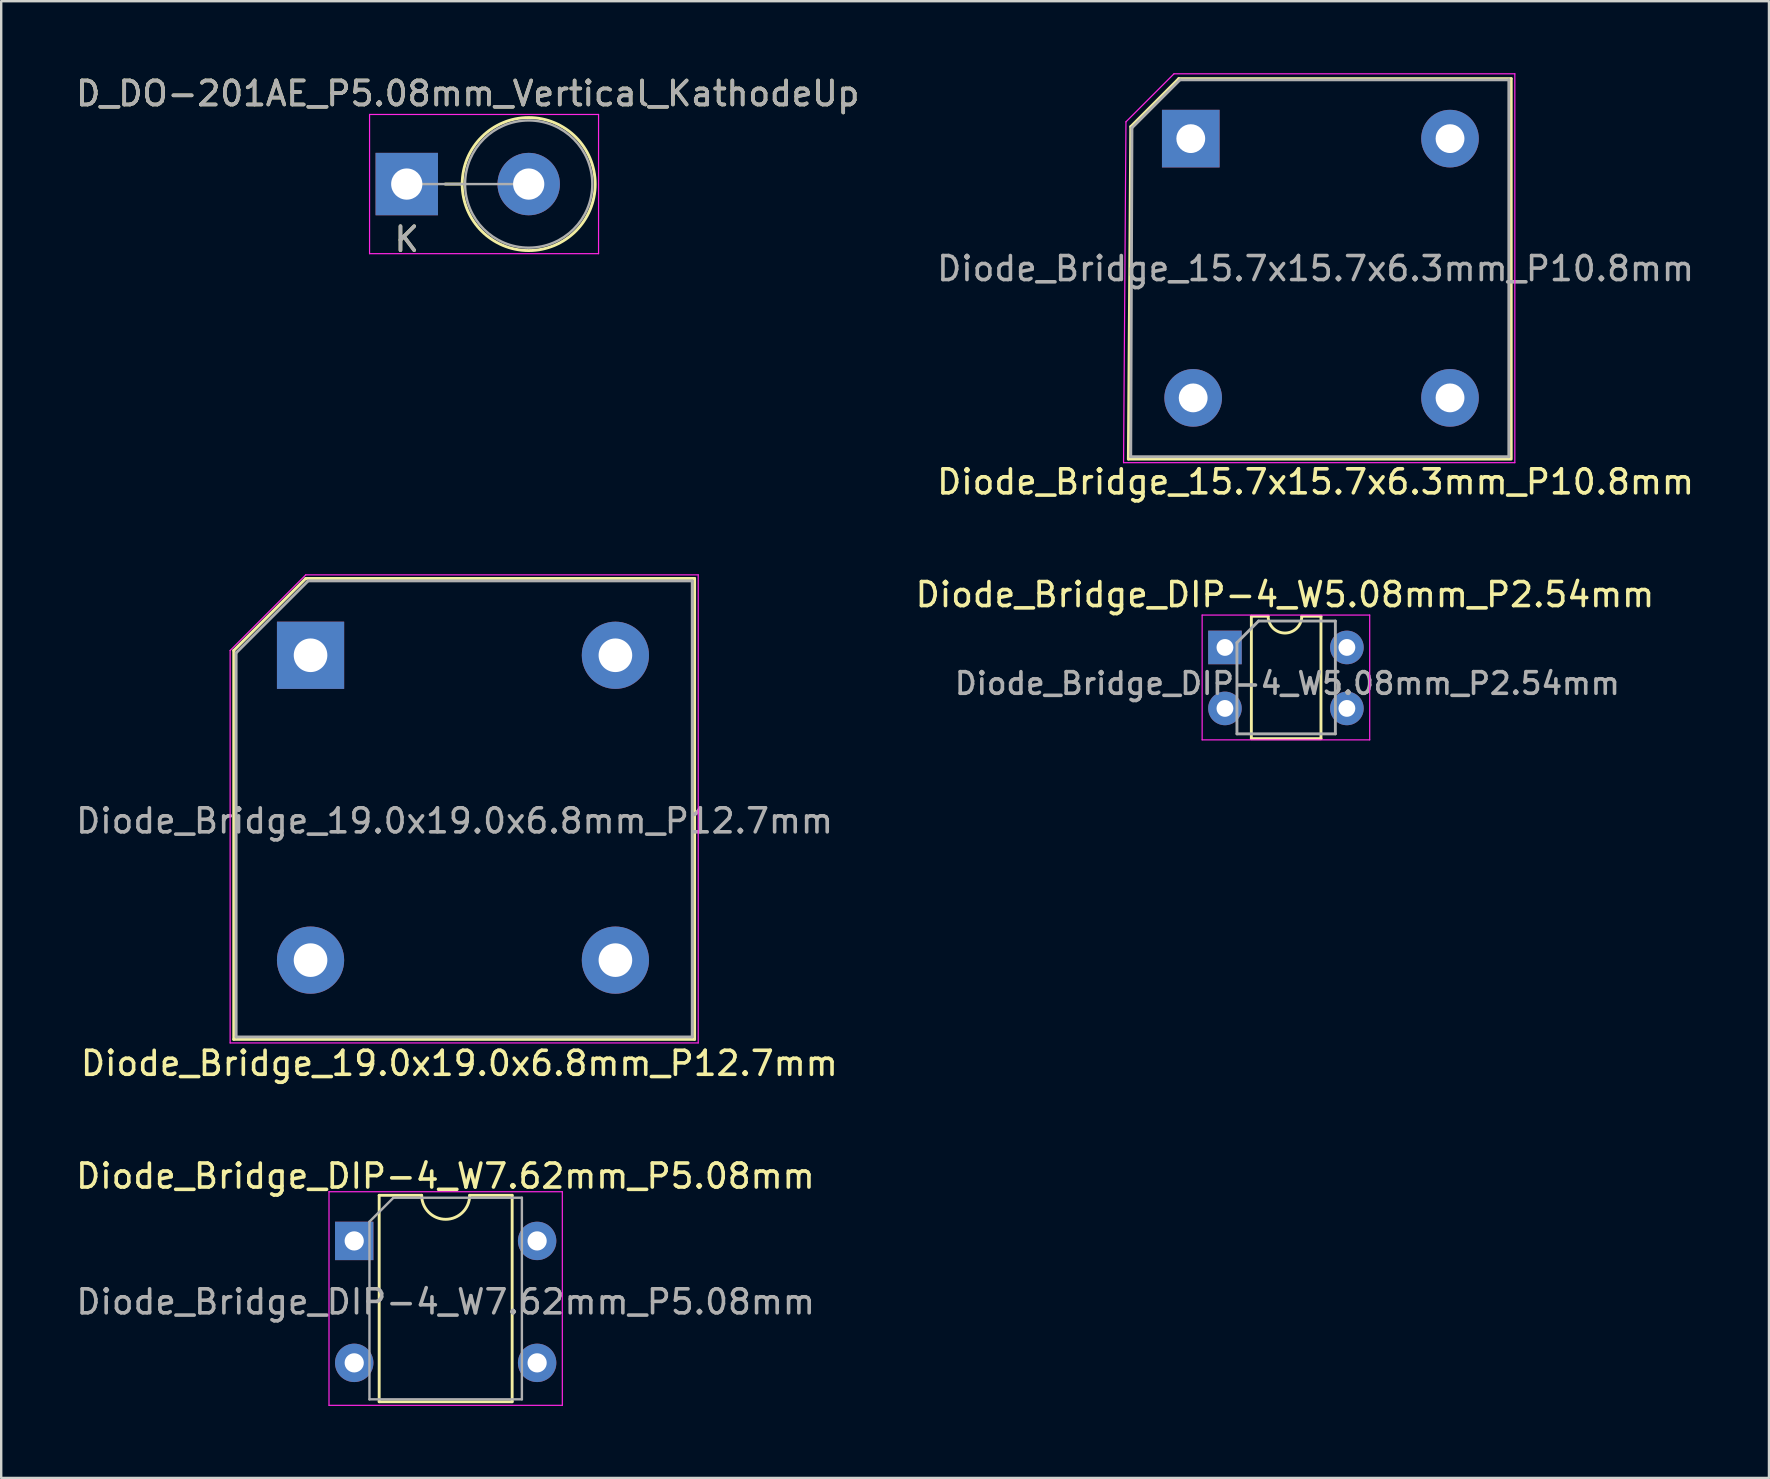
<source format=kicad_pcb>
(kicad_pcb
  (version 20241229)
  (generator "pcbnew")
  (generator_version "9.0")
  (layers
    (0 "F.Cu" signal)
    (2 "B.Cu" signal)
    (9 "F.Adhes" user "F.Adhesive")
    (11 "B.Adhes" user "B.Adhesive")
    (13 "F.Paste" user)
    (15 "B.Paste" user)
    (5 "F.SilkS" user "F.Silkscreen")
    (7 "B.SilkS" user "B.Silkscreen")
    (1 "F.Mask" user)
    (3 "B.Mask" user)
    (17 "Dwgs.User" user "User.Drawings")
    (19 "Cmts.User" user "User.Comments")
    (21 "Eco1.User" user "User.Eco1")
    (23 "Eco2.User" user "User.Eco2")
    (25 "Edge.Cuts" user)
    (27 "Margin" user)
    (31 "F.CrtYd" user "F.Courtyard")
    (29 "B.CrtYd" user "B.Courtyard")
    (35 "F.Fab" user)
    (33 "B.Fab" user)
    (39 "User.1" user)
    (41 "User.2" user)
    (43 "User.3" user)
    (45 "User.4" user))
  (footprint "Diode_Bridge_15.7x15.7x6.3mm_P10.8mm"
    (layer "F.Cu")
    (at 46.556 2.725)
    (property "Reference" "Diode_Bridge_15.7x15.7x6.3mm_P10.8mm" (at 5.2 14.3 180) (layer "F.SilkS") (effects (font (size 1 1) (thickness 0.15))))
    (attr through_hole)
    (fp_line (start -2.6 13.35) (end -2.5 -0.5) (stroke (width 0.12) (type solid)) (layer "F.SilkS"))
    (fp_line (start -2.5 -0.5) (end -0.5 -2.5) (stroke (width 0.12) (type solid)) (layer "F.SilkS"))
    (fp_line (start -0.5 -2.5) (end 13.35 -2.5) (stroke (width 0.12) (type solid)) (layer "F.SilkS"))
    (fp_line (start 13.3 13.35) (end -2.6 13.35) (stroke (width 0.12) (type solid)) (layer "F.SilkS"))
    (fp_line (start 13.35 -2.5) (end 13.35 13.35) (stroke (width 0.12) (type solid)) (layer "F.SilkS"))
    (fp_line (start -2.8 13.5) (end -2.7 -0.7) (stroke (width 0.05) (type solid)) (layer "F.CrtYd"))
    (fp_line (start -2.7 -0.7) (end -0.7 -2.7) (stroke (width 0.05) (type solid)) (layer "F.CrtYd"))
    (fp_line (start -0.7 -2.7) (end 13.5 -2.7) (stroke (width 0.05) (type solid)) (layer "F.CrtYd"))
    (fp_line (start 13.5 -2.7) (end 13.5 13.5) (stroke (width 0.05) (type solid)) (layer "F.CrtYd"))
    (fp_line (start 13.5 13.5) (end -2.8 13.5) (stroke (width 0.05) (type solid)) (layer "F.CrtYd"))
    (fp_line (start -2.5 13.25) (end -2.45 -0.45) (stroke (width 0.12) (type solid)) (layer "F.Fab"))
    (fp_line (start -2.45 -0.45) (end -0.45 -2.45) (stroke (width 0.12) (type solid)) (layer "F.Fab"))
    (fp_line (start -0.45 -2.45) (end 13.25 -2.45) (stroke (width 0.12) (type solid)) (layer "F.Fab"))
    (fp_line (start 13.25 -2.45) (end 13.25 13.25) (stroke (width 0.12) (type solid)) (layer "F.Fab"))
    (fp_line (start 13.25 13.25) (end -2.5 13.25) (stroke (width 0.12) (type solid)) (layer "F.Fab"))
    (fp_text user "${REFERENCE}" (at 5.2 5.415 180) (layer "F.Fab") (effects (font (size 1 1) (thickness 0.15))))
    (pad "1" thru_hole rect (at 0 0 180) (size 2.4 2.4) (drill 1.2) (layers "*.Cu" "*.Mask"))
    (pad "2" thru_hole circle (at 0.1 10.8 180) (size 2.4 2.4) (drill 1.2) (layers "*.Cu" "*.Mask"))
    (pad "3" thru_hole circle (at 10.8 10.8 180) (size 2.4 2.4) (drill 1.2) (layers "*.Cu" "*.Mask"))
    (pad "4" thru_hole circle (at 10.8 0 180) (size 2.4 2.4) (drill 1.2) (layers "*.Cu" "*.Mask")))
  (footprint "Diode_Bridge_19.0x19.0x6.8mm_P12.7mm"
    (layer "F.Cu")
    (at 9.887 24.248)
    (property "Reference" "Diode_Bridge_19.0x19.0x6.8mm_P12.7mm" (at 6.2 17 180) (layer "F.SilkS") (effects (font (size 1 1) (thickness 0.15))))
    (attr through_hole)
    (fp_line (start -3.2 -0.2) (end -0.2 -3.2) (stroke (width 0.12) (type solid)) (layer "F.SilkS"))
    (fp_line (start -3.2 16) (end -3.2 -0.2) (stroke (width 0.12) (type solid)) (layer "F.SilkS"))
    (fp_line (start -0.2 -3.2) (end 16 -3.2) (stroke (width 0.12) (type solid)) (layer "F.SilkS"))
    (fp_line (start 16 -3.2) (end 16 16) (stroke (width 0.12) (type solid)) (layer "F.SilkS"))
    (fp_line (start 16 16) (end -3.2 16) (stroke (width 0.12) (type solid)) (layer "F.SilkS"))
    (fp_line (start -3.35 -0.2) (end -3.35 16.15) (stroke (width 0.05) (type solid)) (layer "F.CrtYd"))
    (fp_line (start -3.35 16.15) (end 16.15 16.15) (stroke (width 0.05) (type solid)) (layer "F.CrtYd"))
    (fp_line (start -0.2 -3.35) (end -3.35 -0.2) (stroke (width 0.05) (type solid)) (layer "F.CrtYd"))
    (fp_line (start 16.15 -3.35) (end -0.2 -3.35) (stroke (width 0.05) (type solid)) (layer "F.CrtYd"))
    (fp_line (start 16.15 16.15) (end 16.15 -3.35) (stroke (width 0.05) (type solid)) (layer "F.CrtYd"))
    (fp_line (start -3.1 -0.1) (end -0.1 -3.1) (stroke (width 0.12) (type solid)) (layer "F.Fab"))
    (fp_line (start -3.1 15.9) (end -3.1 -0.1) (stroke (width 0.12) (type solid)) (layer "F.Fab"))
    (fp_line (start -0.1 -3.1) (end 15.9 -3.1) (stroke (width 0.12) (type solid)) (layer "F.Fab"))
    (fp_line (start 15.9 -3.1) (end 15.9 15.9) (stroke (width 0.12) (type solid)) (layer "F.Fab"))
    (fp_line (start 15.9 15.9) (end -3.1 15.9) (stroke (width 0.12) (type solid)) (layer "F.Fab"))
    (fp_text user "${REFERENCE}" (at 6 6.9 180) (layer "F.Fab") (effects (font (size 1 1) (thickness 0.15))))
    (pad "1" thru_hole rect (at 0 0 180) (size 2.8 2.8) (drill 1.4) (layers "*.Cu" "*.Mask"))
    (pad "2" thru_hole circle (at 0 12.7 180) (size 2.8 2.8) (drill 1.4) (layers "*.Cu" "*.Mask"))
    (pad "3" thru_hole circle (at 12.7 12.7 180) (size 2.8 2.8) (drill 1.4) (layers "*.Cu" "*.Mask"))
    (pad "4" thru_hole circle (at 12.7 0 180) (size 2.8 2.8) (drill 1.4) (layers "*.Cu" "*.Mask")))
  (footprint "Diode_Bridge_DIP-4_W5.08mm_P2.54mm"
    (layer "F.Cu")
    (at 47.98 23.922)
    (property "Reference" "Diode_Bridge_DIP-4_W5.08mm_P2.54mm" (at 2.5 -2.2 0) (layer "F.SilkS") (effects (font (size 1 1) (thickness 0.15))))
    (attr through_hole)
    (fp_line (start 1.1 -1.3) (end 1.1 3.8) (stroke (width 0.12) (type solid)) (layer "F.SilkS"))
    (fp_line (start 1.1 3.8) (end 4 3.8) (stroke (width 0.12) (type solid)) (layer "F.SilkS"))
    (fp_line (start 1.8 -1.3) (end 1.1 -1.3) (stroke (width 0.12) (type solid)) (layer "F.SilkS"))
    (fp_line (start 4 -1.3) (end 3.2 -1.3) (stroke (width 0.12) (type solid)) (layer "F.SilkS"))
    (fp_line (start 4 3.8) (end 4 -1.3) (stroke (width 0.12) (type solid)) (layer "F.SilkS"))
    (fp_arc (start 3.2 -1.3) (mid 2.5 -0.6) (end 1.8 -1.3) (stroke (width 0.12) (type solid)) (layer "F.SilkS"))
    (fp_line (start -0.95 -1.35) (end -0.95 3.85) (stroke (width 0.05) (type solid)) (layer "F.CrtYd"))
    (fp_line (start -0.95 -1.35) (end 6.03 -1.35) (stroke (width 0.05) (type solid)) (layer "F.CrtYd"))
    (fp_line (start 6.03 3.85) (end -0.95 3.85) (stroke (width 0.05) (type solid)) (layer "F.CrtYd"))
    (fp_line (start 6.03 3.85) (end 6.03 -1.35) (stroke (width 0.05) (type solid)) (layer "F.CrtYd"))
    (fp_line (start 0.5 -0.2) (end 1.4 -1.1) (stroke (width 0.12) (type solid)) (layer "F.Fab"))
    (fp_line (start 0.5 3.6) (end 0.5 -0.2) (stroke (width 0.12) (type solid)) (layer "F.Fab"))
    (fp_line (start 1.4 -1.1) (end 4.6 -1.1) (stroke (width 0.12) (type solid)) (layer "F.Fab"))
    (fp_line (start 4.6 -1.1) (end 4.6 3.6) (stroke (width 0.12) (type solid)) (layer "F.Fab"))
    (fp_line (start 4.6 3.6) (end 0.5 3.6) (stroke (width 0.12) (type solid)) (layer "F.Fab"))
    (fp_text user "${REFERENCE}" (at 2.6 1.5 0) (layer "F.Fab") (effects (font (size 0.9 0.9) (thickness 0.15))))
    (pad "1" thru_hole rect (at 0 0) (size 1.4 1.4) (drill 0.7) (layers "*.Cu" "*.Mask"))
    (pad "2" thru_hole circle (at 0 2.54) (size 1.4 1.4) (drill 0.7) (layers "*.Cu" "*.Mask"))
    (pad "3" thru_hole circle (at 5.08 2.54) (size 1.4 1.4) (drill 0.7) (layers "*.Cu" "*.Mask"))
    (pad "4" thru_hole circle (at 5.08 0) (size 1.4 1.4) (drill 0.7) (layers "*.Cu" "*.Mask")))
  (footprint "D_DO-201AE_P5.08mm_Vertical_KathodeUp"
    (layer "F.Cu")
    (at 13.895 4.618)
    (property "Reference" "D_DO-201AE_P5.08mm_Vertical_KathodeUp" (at 2.54 -3.77 0) (layer "F.SilkS") (effects (font (size 1 1) (thickness 0.15))))
    (attr through_hole)
    (fp_line (start 2.31 0) (end 1.6 0) (stroke (width 0.12) (type solid)) (layer "F.SilkS"))
    (fp_circle (center 5.08 0) (end 7.85 0) (stroke (width 0.12) (type solid)) (fill no) (layer "F.SilkS"))
    (fp_line (start -1.55 -2.9) (end -1.55 2.9) (stroke (width 0.05) (type solid)) (layer "F.CrtYd"))
    (fp_line (start -1.55 2.9) (end 7.99 2.9) (stroke (width 0.05) (type solid)) (layer "F.CrtYd"))
    (fp_line (start 7.99 -2.9) (end -1.55 -2.9) (stroke (width 0.05) (type solid)) (layer "F.CrtYd"))
    (fp_line (start 7.99 2.9) (end 7.99 -2.9) (stroke (width 0.05) (type solid)) (layer "F.CrtYd"))
    (fp_line (start 0 0) (end 5.08 0) (stroke (width 0.1) (type solid)) (layer "F.Fab"))
    (fp_circle (center 5.08 0) (end 7.73 0) (stroke (width 0.1) (type solid)) (fill no) (layer "F.Fab"))
    (fp_text user "K" (at 0 2.3 0) (layer "F.SilkS") (effects (font (size 1 1) (thickness 0.15))))
    (fp_text user "K" (at 0 2.3 0) (layer "F.Fab") (effects (font (size 1 1) (thickness 0.15))))
    (fp_text user "${REFERENCE}" (at 2.54 -3.77 0) (layer "F.Fab") (effects (font (size 1 1) (thickness 0.15))))
    (pad "1" thru_hole rect (at 0 0) (size 2.6 2.6) (drill 1.3) (layers "*.Cu" "*.Mask"))
    (pad "2" thru_hole oval (at 5.08 0) (size 2.6 2.6) (drill 1.3) (layers "*.Cu" "*.Mask")))
  (footprint "Diode_Bridge_DIP-4_W7.62mm_P5.08mm"
    (layer "F.Cu")
    (at 11.706 48.645)
    (property "Reference" "Diode_Bridge_DIP-4_W7.62mm_P5.08mm" (at 3.8 -2.7 0) (layer "F.SilkS") (effects (font (size 1 1) (thickness 0.15))))
    (attr through_hole)
    (fp_line (start 1.04 -1.9) (end 1.04 6.7) (stroke (width 0.12) (type solid)) (layer "F.SilkS"))
    (fp_line (start 1.04 6.7) (end 6.58 6.7) (stroke (width 0.12) (type solid)) (layer "F.SilkS"))
    (fp_line (start 2.81 -1.9) (end 1.04 -1.9) (stroke (width 0.12) (type solid)) (layer "F.SilkS"))
    (fp_line (start 6.58 -1.9) (end 4.81 -1.9) (stroke (width 0.12) (type solid)) (layer "F.SilkS"))
    (fp_line (start 6.58 6.7) (end 6.58 -1.9) (stroke (width 0.12) (type solid)) (layer "F.SilkS"))
    (fp_arc (start 4.81 -1.9) (mid 3.81 -0.9) (end 2.81 -1.9) (stroke (width 0.12) (type solid)) (layer "F.SilkS"))
    (fp_line (start -1.05 -2.05) (end -1.05 6.85) (stroke (width 0.05) (type solid)) (layer "F.CrtYd"))
    (fp_line (start -1.05 -2.05) (end 8.67 -2.05) (stroke (width 0.05) (type solid)) (layer "F.CrtYd"))
    (fp_line (start 8.67 6.85) (end -1.05 6.85) (stroke (width 0.05) (type solid)) (layer "F.CrtYd"))
    (fp_line (start 8.67 6.85) (end 8.67 -2.05) (stroke (width 0.05) (type solid)) (layer "F.CrtYd"))
    (fp_line (start 0.635 -0.8) (end 1.635 -1.8) (stroke (width 0.1) (type solid)) (layer "F.Fab"))
    (fp_line (start 0.635 6.6) (end 0.635 -0.8) (stroke (width 0.1) (type solid)) (layer "F.Fab"))
    (fp_line (start 1.635 -1.8) (end 6.985 -1.8) (stroke (width 0.1) (type solid)) (layer "F.Fab"))
    (fp_line (start 6.985 -1.8) (end 6.985 6.6) (stroke (width 0.1) (type solid)) (layer "F.Fab"))
    (fp_line (start 6.985 6.6) (end 0.635 6.6) (stroke (width 0.1) (type solid)) (layer "F.Fab"))
    (fp_text user "${REFERENCE}" (at 3.81 2.54 0) (layer "F.Fab") (effects (font (size 1 1) (thickness 0.15))))
    (pad "1" thru_hole rect (at 0 0) (size 1.6 1.6) (drill 0.8) (layers "*.Cu" "*.Mask"))
    (pad "2" thru_hole oval (at 0 5.08) (size 1.6 1.6) (drill 0.8) (layers "*.Cu" "*.Mask"))
    (pad "3" thru_hole oval (at 7.62 5.08) (size 1.6 1.6) (drill 0.8) (layers "*.Cu" "*.Mask"))
    (pad "4" thru_hole oval (at 7.62 0) (size 1.6 1.6) (drill 0.8) (layers "*.Cu" "*.Mask")))
  (gr_rect
    (start -3 -3)
    (end 70.643 58.52)
    (stroke (width 0.1) (type default))
    (fill no)
    (layer "Edge.Cuts")))
</source>
